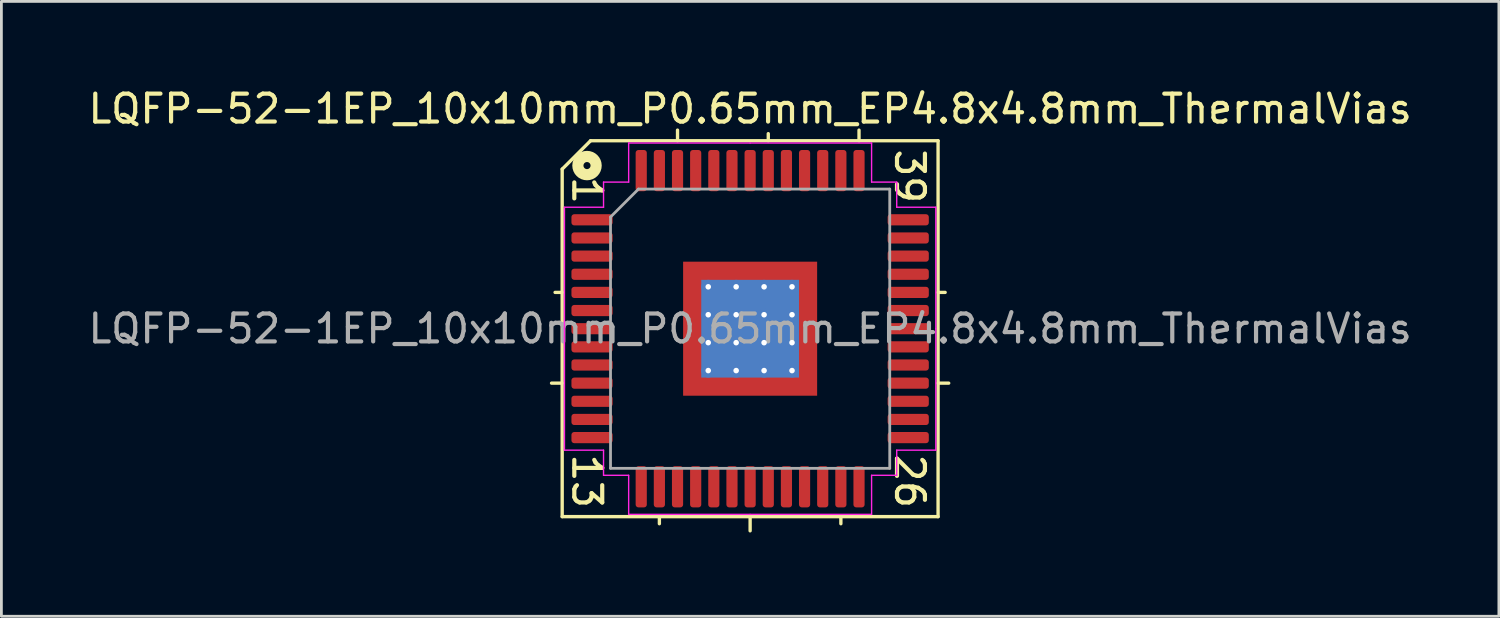
<source format=kicad_pcb>
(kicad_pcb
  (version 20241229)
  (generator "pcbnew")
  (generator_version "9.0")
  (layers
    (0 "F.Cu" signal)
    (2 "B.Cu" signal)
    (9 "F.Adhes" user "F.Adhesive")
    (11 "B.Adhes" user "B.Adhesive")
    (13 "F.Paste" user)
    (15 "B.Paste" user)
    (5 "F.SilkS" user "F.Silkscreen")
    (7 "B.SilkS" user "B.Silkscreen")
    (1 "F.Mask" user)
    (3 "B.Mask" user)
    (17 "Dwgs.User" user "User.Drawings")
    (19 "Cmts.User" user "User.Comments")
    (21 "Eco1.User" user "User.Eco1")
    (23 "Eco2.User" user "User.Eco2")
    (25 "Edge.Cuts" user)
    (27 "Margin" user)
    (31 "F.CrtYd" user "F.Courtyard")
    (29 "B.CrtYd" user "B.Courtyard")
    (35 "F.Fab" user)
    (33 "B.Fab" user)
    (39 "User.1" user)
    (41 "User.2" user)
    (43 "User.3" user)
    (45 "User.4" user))
  (footprint "LQFP-52-1EP_10x10mm_P0.65mm_EP4.8x4.8mm_ThermalVias"
    (layer "F.Cu")
    (at 23.815 8.722)
    (property "Reference" "LQFP-52-1EP_10x10mm_P0.65mm_EP4.8x4.8mm_ThermalVias" (at 0 -7.874 0) (layer "F.SilkS") (effects (font (size 1 1) (thickness 0.15))))
    (attr smd)
    (fp_line (start -6.731 -5.715) (end -6.731 6.731) (stroke (width 0.12) (type solid)) (layer "F.SilkS"))
    (fp_line (start -6.731 -1.3) (end -6.985 -1.3) (stroke (width 0.12) (type solid)) (layer "F.SilkS"))
    (fp_line (start -6.731 1.95) (end -7.112 1.95) (stroke (width 0.12) (type solid)) (layer "F.SilkS"))
    (fp_line (start -6.731 6.731) (end 6.731 6.731) (stroke (width 0.12) (type solid)) (layer "F.SilkS"))
    (fp_line (start -5.715 -6.731) (end -6.731 -5.715) (stroke (width 0.12) (type solid)) (layer "F.SilkS"))
    (fp_line (start -3.25 6.731) (end -3.25 6.985) (stroke (width 0.12) (type solid)) (layer "F.SilkS"))
    (fp_line (start -2.6 -6.731) (end -2.6 -7.112) (stroke (width 0.12) (type solid)) (layer "F.SilkS"))
    (fp_line (start 0 6.731) (end 0 7.239) (stroke (width 0.12) (type solid)) (layer "F.SilkS"))
    (fp_line (start 0.65 -6.731) (end 0.65 -6.985) (stroke (width 0.12) (type solid)) (layer "F.SilkS"))
    (fp_line (start 3.25 6.731) (end 3.25 6.985) (stroke (width 0.12) (type solid)) (layer "F.SilkS"))
    (fp_line (start 3.9 -6.731) (end 3.9 -7.112) (stroke (width 0.12) (type solid)) (layer "F.SilkS"))
    (fp_line (start 6.731 -6.731) (end -5.715 -6.731) (stroke (width 0.12) (type solid)) (layer "F.SilkS"))
    (fp_line (start 6.731 -1.3) (end 6.985 -1.3) (stroke (width 0.12) (type solid)) (layer "F.SilkS"))
    (fp_line (start 6.731 1.95) (end 7.112 1.95) (stroke (width 0.12) (type solid)) (layer "F.SilkS"))
    (fp_line (start 6.731 6.731) (end 6.731 -6.731) (stroke (width 0.12) (type solid)) (layer "F.SilkS"))
    (fp_circle (center -5.842 -5.842) (end -5.715 -5.842) (stroke (width 0.4) (type solid)) (fill no) (layer "F.SilkS"))
    (fp_line (start -6.65 -4.35) (end -6.65 0) (stroke (width 0.05) (type solid)) (layer "F.CrtYd"))
    (fp_line (start -6.65 4.35) (end -6.65 0) (stroke (width 0.05) (type solid)) (layer "F.CrtYd"))
    (fp_line (start -5.25 -5.25) (end -5.25 -4.35) (stroke (width 0.05) (type solid)) (layer "F.CrtYd"))
    (fp_line (start -5.25 -4.35) (end -6.65 -4.35) (stroke (width 0.05) (type solid)) (layer "F.CrtYd"))
    (fp_line (start -5.25 4.35) (end -6.65 4.35) (stroke (width 0.05) (type solid)) (layer "F.CrtYd"))
    (fp_line (start -5.25 5.25) (end -5.25 4.35) (stroke (width 0.05) (type solid)) (layer "F.CrtYd"))
    (fp_line (start -4.35 -6.65) (end -4.35 -5.25) (stroke (width 0.05) (type solid)) (layer "F.CrtYd"))
    (fp_line (start -4.35 -5.25) (end -5.25 -5.25) (stroke (width 0.05) (type solid)) (layer "F.CrtYd"))
    (fp_line (start -4.35 5.25) (end -5.25 5.25) (stroke (width 0.05) (type solid)) (layer "F.CrtYd"))
    (fp_line (start -4.35 6.65) (end -4.35 5.25) (stroke (width 0.05) (type solid)) (layer "F.CrtYd"))
    (fp_line (start 0 -6.65) (end -4.35 -6.65) (stroke (width 0.05) (type solid)) (layer "F.CrtYd"))
    (fp_line (start 0 -6.65) (end 4.35 -6.65) (stroke (width 0.05) (type solid)) (layer "F.CrtYd"))
    (fp_line (start 0 6.65) (end -4.35 6.65) (stroke (width 0.05) (type solid)) (layer "F.CrtYd"))
    (fp_line (start 0 6.65) (end 4.35 6.65) (stroke (width 0.05) (type solid)) (layer "F.CrtYd"))
    (fp_line (start 4.35 -6.65) (end 4.35 -5.25) (stroke (width 0.05) (type solid)) (layer "F.CrtYd"))
    (fp_line (start 4.35 -5.25) (end 5.25 -5.25) (stroke (width 0.05) (type solid)) (layer "F.CrtYd"))
    (fp_line (start 4.35 5.25) (end 5.25 5.25) (stroke (width 0.05) (type solid)) (layer "F.CrtYd"))
    (fp_line (start 4.35 6.65) (end 4.35 5.25) (stroke (width 0.05) (type solid)) (layer "F.CrtYd"))
    (fp_line (start 5.25 -5.25) (end 5.25 -4.35) (stroke (width 0.05) (type solid)) (layer "F.CrtYd"))
    (fp_line (start 5.25 -4.35) (end 6.65 -4.35) (stroke (width 0.05) (type solid)) (layer "F.CrtYd"))
    (fp_line (start 5.25 4.35) (end 6.65 4.35) (stroke (width 0.05) (type solid)) (layer "F.CrtYd"))
    (fp_line (start 5.25 5.25) (end 5.25 4.35) (stroke (width 0.05) (type solid)) (layer "F.CrtYd"))
    (fp_line (start 6.65 -4.35) (end 6.65 0) (stroke (width 0.05) (type solid)) (layer "F.CrtYd"))
    (fp_line (start 6.65 4.35) (end 6.65 0) (stroke (width 0.05) (type solid)) (layer "F.CrtYd"))
    (fp_line (start -5 -4) (end -4 -5) (stroke (width 0.1) (type solid)) (layer "F.Fab"))
    (fp_line (start -5 5) (end -5 -4) (stroke (width 0.1) (type solid)) (layer "F.Fab"))
    (fp_line (start -4 -5) (end 5 -5) (stroke (width 0.1) (type solid)) (layer "F.Fab"))
    (fp_line (start 5 -5) (end 5 5) (stroke (width 0.1) (type solid)) (layer "F.Fab"))
    (fp_line (start 5 5) (end -5 5) (stroke (width 0.1) (type solid)) (layer "F.Fab"))
    (fp_text user "39" (at 5.715 -5.461 270) (unlocked yes) (layer "F.SilkS") (effects (font (size 1 1) (thickness 0.15))))
    (fp_text user "1" (at -5.842 -4.953 270) (unlocked yes) (layer "F.SilkS") (effects (font (size 1 1) (thickness 0.15))))
    (fp_text user "13" (at -5.842 5.461 270) (unlocked yes) (layer "F.SilkS") (effects (font (size 1 1) (thickness 0.15))))
    (fp_text user "26" (at 5.715 5.461 270) (unlocked yes) (layer "F.SilkS") (effects (font (size 1 1) (thickness 0.15))))
    (fp_text user "${REFERENCE}" (at 0 0 0) (layer "F.Fab") (effects (font (size 1 1) (thickness 0.15))))
    (pad "" smd custom (at -1.95 -1.95) (size 0.649 0.649) (layers "F.Paste") (options (anchor circle)) (primitives (gr_poly (pts (xy 0.286 0.223) (xy 0.223 0.286) (xy -0.286 0.286) (xy -0.286 -0.286) (xy 0.286 -0.286)) (width 0.153) (fill yes))))
    (pad "" smd roundrect (at -1.95 -1) (size 0.726 0.806) (layers "F.Paste") (roundrect_rratio 0.25))
    (pad "" smd roundrect (at -1.95 0) (size 0.726 0.806) (layers "F.Paste") (roundrect_rratio 0.25))
    (pad "" smd roundrect (at -1.95 1) (size 0.726 0.806) (layers "F.Paste") (roundrect_rratio 0.25))
    (pad "" smd custom (at -1.95 1.95) (size 0.649 0.649) (layers "F.Paste") (options (anchor circle)) (primitives (gr_poly (pts (xy 0.286 -0.223) (xy 0.286 0.286) (xy -0.286 0.286) (xy -0.286 -0.286) (xy 0.223 -0.286)) (width 0.153) (fill yes))))
    (pad "" smd roundrect (at -1 -1.95) (size 0.806 0.726) (layers "F.Paste") (roundrect_rratio 0.25))
    (pad "" smd roundrect (at -1 -1) (size 0.806 0.806) (layers "F.Paste") (roundrect_rratio 0.25))
    (pad "" smd roundrect (at -1 0) (size 0.806 0.806) (layers "F.Paste") (roundrect_rratio 0.25))
    (pad "" smd roundrect (at -1 1) (size 0.806 0.806) (layers "F.Paste") (roundrect_rratio 0.25))
    (pad "" smd roundrect (at -1 1.95) (size 0.806 0.726) (layers "F.Paste") (roundrect_rratio 0.25))
    (pad "" smd roundrect (at 0 -1.95) (size 0.806 0.726) (layers "F.Paste") (roundrect_rratio 0.25))
    (pad "" smd roundrect (at 0 -1) (size 0.806 0.806) (layers "F.Paste") (roundrect_rratio 0.25))
    (pad "" smd roundrect (at 0 0) (size 0.806 0.806) (layers "F.Paste") (roundrect_rratio 0.25))
    (pad "" smd roundrect (at 0 1) (size 0.806 0.806) (layers "F.Paste") (roundrect_rratio 0.25))
    (pad "" smd roundrect (at 0 1.95) (size 0.806 0.726) (layers "F.Paste") (roundrect_rratio 0.25))
    (pad "" smd roundrect (at 1 -1.95) (size 0.806 0.726) (layers "F.Paste") (roundrect_rratio 0.25))
    (pad "" smd roundrect (at 1 -1) (size 0.806 0.806) (layers "F.Paste") (roundrect_rratio 0.25))
    (pad "" smd roundrect (at 1 0) (size 0.806 0.806) (layers "F.Paste") (roundrect_rratio 0.25))
    (pad "" smd roundrect (at 1 1) (size 0.806 0.806) (layers "F.Paste") (roundrect_rratio 0.25))
    (pad "" smd roundrect (at 1 1.95) (size 0.806 0.726) (layers "F.Paste") (roundrect_rratio 0.25))
    (pad "" smd custom (at 1.95 -1.95) (size 0.649 0.649) (layers "F.Paste") (options (anchor circle)) (primitives (gr_poly (pts (xy 0.286 0.286) (xy -0.223 0.286) (xy -0.286 0.223) (xy -0.286 -0.286) (xy 0.286 -0.286)) (width 0.153) (fill yes))))
    (pad "" smd roundrect (at 1.95 -1) (size 0.726 0.806) (layers "F.Paste") (roundrect_rratio 0.25))
    (pad "" smd roundrect (at 1.95 0) (size 0.726 0.806) (layers "F.Paste") (roundrect_rratio 0.25))
    (pad "" smd roundrect (at 1.95 1) (size 0.726 0.806) (layers "F.Paste") (roundrect_rratio 0.25))
    (pad "" smd custom (at 1.95 1.95) (size 0.649 0.649) (layers "F.Paste") (options (anchor circle)) (primitives (gr_poly (pts (xy 0.286 0.286) (xy -0.286 0.286) (xy -0.286 -0.223) (xy -0.223 -0.286) (xy 0.286 -0.286)) (width 0.153) (fill yes))))
    (pad "1" smd roundrect (at -5.662 -3.9) (size 1.475 0.4) (layers "F.Cu" "F.Mask" "F.Paste") (roundrect_rratio 0.25))
    (pad "2" smd roundrect (at -5.662 -3.25) (size 1.475 0.4) (layers "F.Cu" "F.Mask" "F.Paste") (roundrect_rratio 0.25))
    (pad "3" smd roundrect (at -5.662 -2.6) (size 1.475 0.4) (layers "F.Cu" "F.Mask" "F.Paste") (roundrect_rratio 0.25))
    (pad "4" smd roundrect (at -5.662 -1.95) (size 1.475 0.4) (layers "F.Cu" "F.Mask" "F.Paste") (roundrect_rratio 0.25))
    (pad "5" smd roundrect (at -5.662 -1.3) (size 1.475 0.4) (layers "F.Cu" "F.Mask" "F.Paste") (roundrect_rratio 0.25))
    (pad "6" smd roundrect (at -5.662 -0.65) (size 1.475 0.4) (layers "F.Cu" "F.Mask" "F.Paste") (roundrect_rratio 0.25))
    (pad "7" smd roundrect (at -5.662 0) (size 1.475 0.4) (layers "F.Cu" "F.Mask" "F.Paste") (roundrect_rratio 0.25))
    (pad "8" smd roundrect (at -5.662 0.65) (size 1.475 0.4) (layers "F.Cu" "F.Mask" "F.Paste") (roundrect_rratio 0.25))
    (pad "9" smd roundrect (at -5.662 1.3) (size 1.475 0.4) (layers "F.Cu" "F.Mask" "F.Paste") (roundrect_rratio 0.25))
    (pad "10" smd roundrect (at -5.662 1.95) (size 1.475 0.4) (layers "F.Cu" "F.Mask" "F.Paste") (roundrect_rratio 0.25))
    (pad "11" smd roundrect (at -5.662 2.6) (size 1.475 0.4) (layers "F.Cu" "F.Mask" "F.Paste") (roundrect_rratio 0.25))
    (pad "12" smd roundrect (at -5.662 3.25) (size 1.475 0.4) (layers "F.Cu" "F.Mask" "F.Paste") (roundrect_rratio 0.25))
    (pad "13" smd roundrect (at -5.662 3.9) (size 1.475 0.4) (layers "F.Cu" "F.Mask" "F.Paste") (roundrect_rratio 0.25))
    (pad "14" smd roundrect (at -3.9 5.662) (size 0.4 1.475) (layers "F.Cu" "F.Mask" "F.Paste") (roundrect_rratio 0.25))
    (pad "15" smd roundrect (at -3.25 5.662) (size 0.4 1.475) (layers "F.Cu" "F.Mask" "F.Paste") (roundrect_rratio 0.25))
    (pad "16" smd roundrect (at -2.6 5.662) (size 0.4 1.475) (layers "F.Cu" "F.Mask" "F.Paste") (roundrect_rratio 0.25))
    (pad "17" smd roundrect (at -1.95 5.662) (size 0.4 1.475) (layers "F.Cu" "F.Mask" "F.Paste") (roundrect_rratio 0.25))
    (pad "18" smd roundrect (at -1.3 5.662) (size 0.4 1.475) (layers "F.Cu" "F.Mask" "F.Paste") (roundrect_rratio 0.25))
    (pad "19" smd roundrect (at -0.65 5.662) (size 0.4 1.475) (layers "F.Cu" "F.Mask" "F.Paste") (roundrect_rratio 0.25))
    (pad "20" smd roundrect (at 0 5.662) (size 0.4 1.475) (layers "F.Cu" "F.Mask" "F.Paste") (roundrect_rratio 0.25))
    (pad "21" smd roundrect (at 0.65 5.662) (size 0.4 1.475) (layers "F.Cu" "F.Mask" "F.Paste") (roundrect_rratio 0.25))
    (pad "22" smd roundrect (at 1.3 5.662) (size 0.4 1.475) (layers "F.Cu" "F.Mask" "F.Paste") (roundrect_rratio 0.25))
    (pad "23" smd roundrect (at 1.95 5.662) (size 0.4 1.475) (layers "F.Cu" "F.Mask" "F.Paste") (roundrect_rratio 0.25))
    (pad "24" smd roundrect (at 2.6 5.662) (size 0.4 1.475) (layers "F.Cu" "F.Mask" "F.Paste") (roundrect_rratio 0.25))
    (pad "25" smd roundrect (at 3.25 5.662) (size 0.4 1.475) (layers "F.Cu" "F.Mask" "F.Paste") (roundrect_rratio 0.25))
    (pad "26" smd roundrect (at 3.9 5.662) (size 0.4 1.475) (layers "F.Cu" "F.Mask" "F.Paste") (roundrect_rratio 0.25))
    (pad "27" smd roundrect (at 5.662 3.9) (size 1.475 0.4) (layers "F.Cu" "F.Mask" "F.Paste") (roundrect_rratio 0.25))
    (pad "28" smd roundrect (at 5.662 3.25) (size 1.475 0.4) (layers "F.Cu" "F.Mask" "F.Paste") (roundrect_rratio 0.25))
    (pad "29" smd roundrect (at 5.662 2.6) (size 1.475 0.4) (layers "F.Cu" "F.Mask" "F.Paste") (roundrect_rratio 0.25))
    (pad "30" smd roundrect (at 5.662 1.95) (size 1.475 0.4) (layers "F.Cu" "F.Mask" "F.Paste") (roundrect_rratio 0.25))
    (pad "31" smd roundrect (at 5.662 1.3) (size 1.475 0.4) (layers "F.Cu" "F.Mask" "F.Paste") (roundrect_rratio 0.25))
    (pad "32" smd roundrect (at 5.662 0.65) (size 1.475 0.4) (layers "F.Cu" "F.Mask" "F.Paste") (roundrect_rratio 0.25))
    (pad "33" smd roundrect (at 5.662 0) (size 1.475 0.4) (layers "F.Cu" "F.Mask" "F.Paste") (roundrect_rratio 0.25))
    (pad "34" smd roundrect (at 5.662 -0.65) (size 1.475 0.4) (layers "F.Cu" "F.Mask" "F.Paste") (roundrect_rratio 0.25))
    (pad "35" smd roundrect (at 5.662 -1.3) (size 1.475 0.4) (layers "F.Cu" "F.Mask" "F.Paste") (roundrect_rratio 0.25))
    (pad "36" smd roundrect (at 5.662 -1.95) (size 1.475 0.4) (layers "F.Cu" "F.Mask" "F.Paste") (roundrect_rratio 0.25))
    (pad "37" smd roundrect (at 5.662 -2.6) (size 1.475 0.4) (layers "F.Cu" "F.Mask" "F.Paste") (roundrect_rratio 0.25))
    (pad "38" smd roundrect (at 5.662 -3.25) (size 1.475 0.4) (layers "F.Cu" "F.Mask" "F.Paste") (roundrect_rratio 0.25))
    (pad "39" smd roundrect (at 5.662 -3.9) (size 1.475 0.4) (layers "F.Cu" "F.Mask" "F.Paste") (roundrect_rratio 0.25))
    (pad "40" smd roundrect (at 3.9 -5.662) (size 0.4 1.475) (layers "F.Cu" "F.Mask" "F.Paste") (roundrect_rratio 0.25))
    (pad "41" smd roundrect (at 3.25 -5.662) (size 0.4 1.475) (layers "F.Cu" "F.Mask" "F.Paste") (roundrect_rratio 0.25))
    (pad "42" smd roundrect (at 2.6 -5.662) (size 0.4 1.475) (layers "F.Cu" "F.Mask" "F.Paste") (roundrect_rratio 0.25))
    (pad "43" smd roundrect (at 1.95 -5.662) (size 0.4 1.475) (layers "F.Cu" "F.Mask" "F.Paste") (roundrect_rratio 0.25))
    (pad "44" smd roundrect (at 1.3 -5.662) (size 0.4 1.475) (layers "F.Cu" "F.Mask" "F.Paste") (roundrect_rratio 0.25))
    (pad "45" smd roundrect (at 0.65 -5.662) (size 0.4 1.475) (layers "F.Cu" "F.Mask" "F.Paste") (roundrect_rratio 0.25))
    (pad "46" smd roundrect (at 0 -5.662) (size 0.4 1.475) (layers "F.Cu" "F.Mask" "F.Paste") (roundrect_rratio 0.25))
    (pad "47" smd roundrect (at -0.65 -5.662) (size 0.4 1.475) (layers "F.Cu" "F.Mask" "F.Paste") (roundrect_rratio 0.25))
    (pad "48" smd roundrect (at -1.3 -5.662) (size 0.4 1.475) (layers "F.Cu" "F.Mask" "F.Paste") (roundrect_rratio 0.25))
    (pad "49" smd roundrect (at -1.95 -5.662) (size 0.4 1.475) (layers "F.Cu" "F.Mask" "F.Paste") (roundrect_rratio 0.25))
    (pad "50" smd roundrect (at -2.6 -5.662) (size 0.4 1.475) (layers "F.Cu" "F.Mask" "F.Paste") (roundrect_rratio 0.25))
    (pad "51" smd roundrect (at -3.25 -5.662) (size 0.4 1.475) (layers "F.Cu" "F.Mask" "F.Paste") (roundrect_rratio 0.25))
    (pad "52" smd roundrect (at -3.9 -5.662) (size 0.4 1.475) (layers "F.Cu" "F.Mask" "F.Paste") (roundrect_rratio 0.25))
    (pad "53" thru_hole circle (at -1.5 -1.5) (size 0.5 0.5) (drill 0.2) (layers "*.Cu"))
    (pad "53" thru_hole circle (at -1.5 -0.5) (size 0.5 0.5) (drill 0.2) (layers "*.Cu"))
    (pad "53" thru_hole circle (at -1.5 0.5) (size 0.5 0.5) (drill 0.2) (layers "*.Cu"))
    (pad "53" thru_hole circle (at -1.5 1.5) (size 0.5 0.5) (drill 0.2) (layers "*.Cu"))
    (pad "53" thru_hole circle (at -0.5 -1.5) (size 0.5 0.5) (drill 0.2) (layers "*.Cu"))
    (pad "53" thru_hole circle (at -0.5 -0.5) (size 0.5 0.5) (drill 0.2) (layers "*.Cu"))
    (pad "53" thru_hole circle (at -0.5 0.5) (size 0.5 0.5) (drill 0.2) (layers "*.Cu"))
    (pad "53" thru_hole circle (at -0.5 1.5) (size 0.5 0.5) (drill 0.2) (layers "*.Cu"))
    (pad "53" smd rect (at 0 0) (size 3.5 3.5) (layers "B.Cu" "B.Mask"))
    (pad "53" smd rect (at 0 0) (size 4.8 4.8) (layers "F.Cu" "F.Mask"))
    (pad "53" thru_hole circle (at 0.5 -1.5) (size 0.5 0.5) (drill 0.2) (layers "*.Cu"))
    (pad "53" thru_hole circle (at 0.5 -0.5) (size 0.5 0.5) (drill 0.2) (layers "*.Cu"))
    (pad "53" thru_hole circle (at 0.5 0.5) (size 0.5 0.5) (drill 0.2) (layers "*.Cu"))
    (pad "53" thru_hole circle (at 0.5 1.5) (size 0.5 0.5) (drill 0.2) (layers "*.Cu"))
    (pad "53" thru_hole circle (at 1.5 -1.5) (size 0.5 0.5) (drill 0.2) (layers "*.Cu"))
    (pad "53" thru_hole circle (at 1.5 -0.5) (size 0.5 0.5) (drill 0.2) (layers "*.Cu"))
    (pad "53" thru_hole circle (at 1.5 0.5) (size 0.5 0.5) (drill 0.2) (layers "*.Cu"))
    (pad "53" thru_hole circle (at 1.5 1.5) (size 0.5 0.5) (drill 0.2) (layers "*.Cu")))
  (gr_rect
    (start -3 -3)
    (end 50.631 19.021)
    (stroke (width 0.1) (type default))
    (fill no)
    (layer "Edge.Cuts")))
</source>
